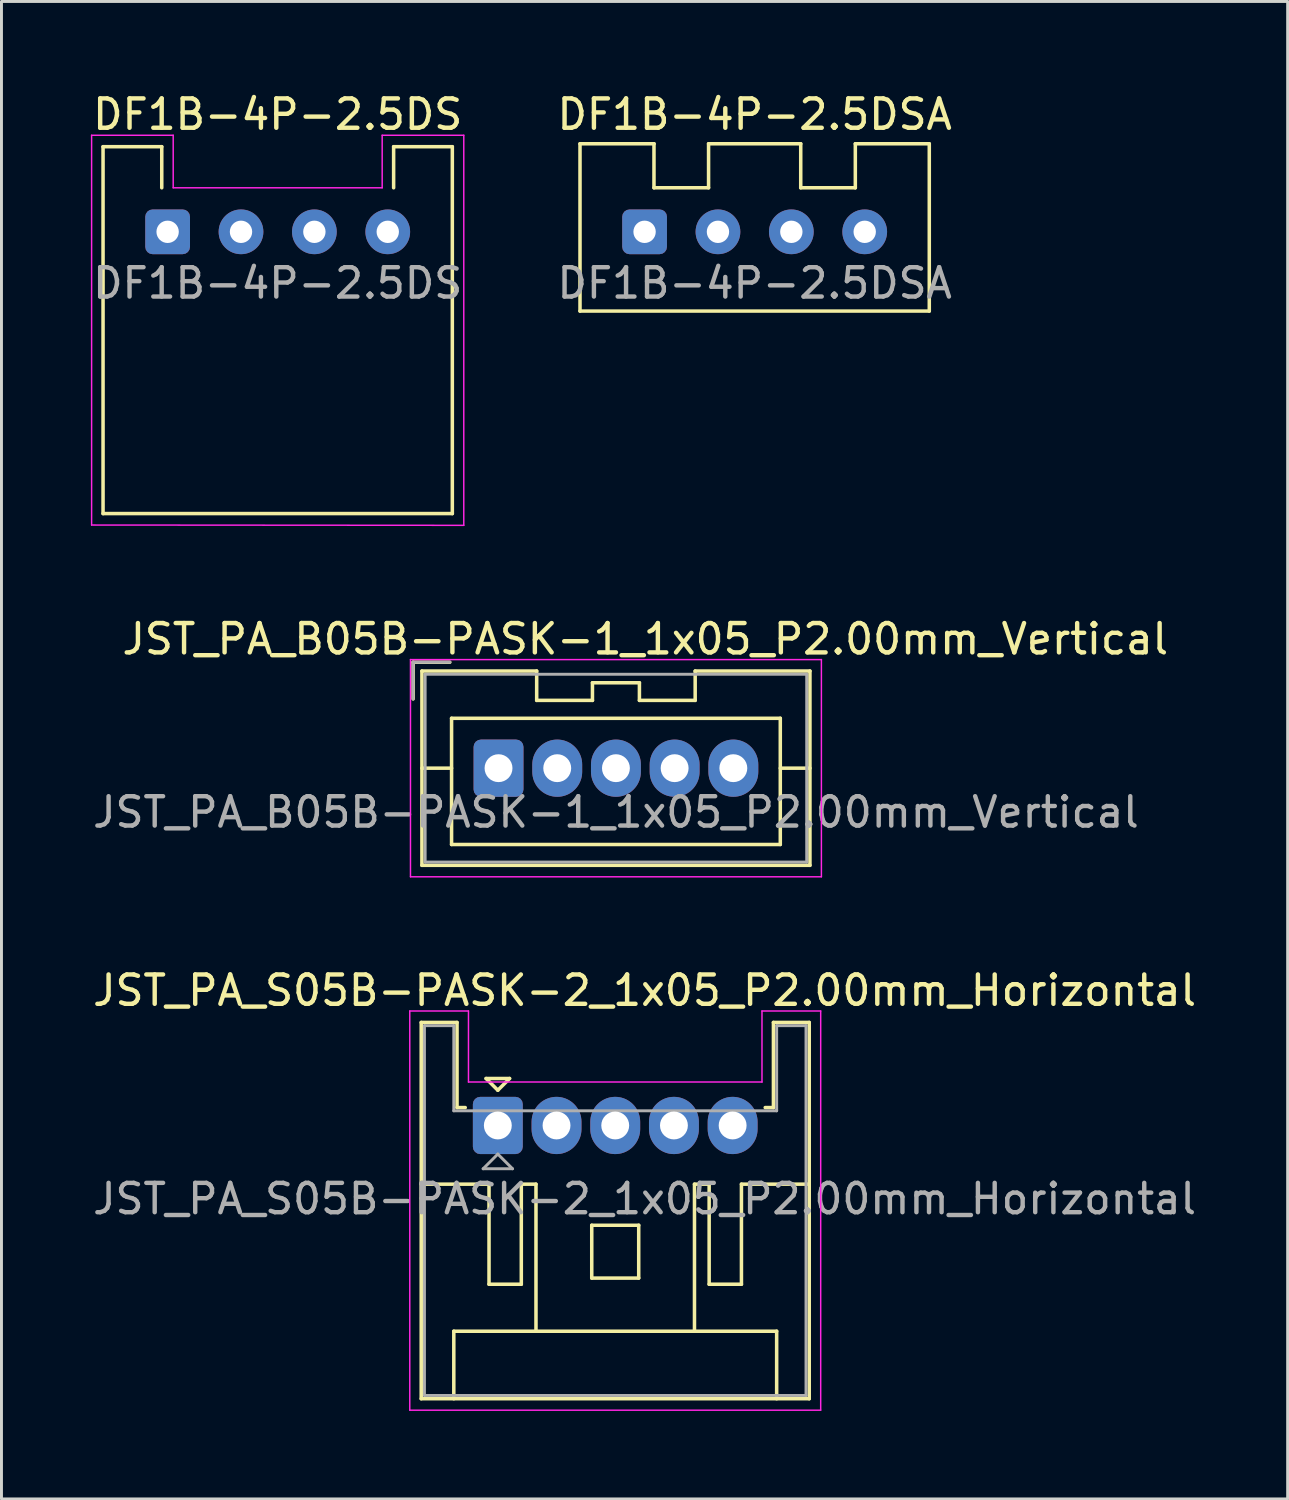
<source format=kicad_pcb>
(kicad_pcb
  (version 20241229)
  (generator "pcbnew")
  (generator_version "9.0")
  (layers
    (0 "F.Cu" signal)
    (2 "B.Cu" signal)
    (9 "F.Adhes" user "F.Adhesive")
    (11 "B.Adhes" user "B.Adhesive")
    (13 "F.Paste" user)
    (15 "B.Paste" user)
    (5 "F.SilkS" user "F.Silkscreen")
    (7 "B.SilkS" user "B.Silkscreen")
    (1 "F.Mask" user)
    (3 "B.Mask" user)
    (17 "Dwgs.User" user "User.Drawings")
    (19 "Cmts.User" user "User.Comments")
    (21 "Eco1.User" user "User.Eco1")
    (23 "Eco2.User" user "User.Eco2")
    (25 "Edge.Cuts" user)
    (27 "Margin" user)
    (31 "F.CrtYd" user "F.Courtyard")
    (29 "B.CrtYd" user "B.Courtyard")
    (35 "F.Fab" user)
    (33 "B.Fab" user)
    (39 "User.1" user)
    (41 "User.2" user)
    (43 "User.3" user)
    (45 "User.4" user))
  (footprint "DF1B-4P-2.5DSA"
    (layer "F.Cu")
    (at 22.661 4.848)
    (property "Reference" "DF1B-4P-2.5DSA" (at 0 -4 0) (unlocked yes) (layer "F.SilkS") (effects (font (size 1 1) (thickness 0.15))))
    (attr through_hole)
    (fp_line (start -5.95 -3) (end -5.95 2.7) (stroke (width 0.12) (type solid)) (layer "F.SilkS"))
    (fp_line (start -3.43 -3) (end -3.43 -1.5) (stroke (width 0.12) (type solid)) (layer "F.SilkS"))
    (fp_line (start -3.43 -1.5) (end -1.57 -1.5) (stroke (width 0.12) (type solid)) (layer "F.SilkS"))
    (fp_line (start -3.426 -3) (end -5.95 -3) (stroke (width 0.12) (type solid)) (layer "F.SilkS"))
    (fp_line (start -1.57 -3) (end 1.57 -3) (stroke (width 0.12) (type solid)) (layer "F.SilkS"))
    (fp_line (start -1.57 -1.5) (end -1.57 -3) (stroke (width 0.12) (type solid)) (layer "F.SilkS"))
    (fp_line (start 1.57 -1.5) (end 1.57 -3) (stroke (width 0.12) (type solid)) (layer "F.SilkS"))
    (fp_line (start 1.57 -1.5) (end 3.43 -1.5) (stroke (width 0.12) (type solid)) (layer "F.SilkS"))
    (fp_line (start 3.43 -3) (end 3.43 -1.5) (stroke (width 0.12) (type solid)) (layer "F.SilkS"))
    (fp_line (start 3.43 -3) (end 5.95 -3) (stroke (width 0.12) (type solid)) (layer "F.SilkS"))
    (fp_line (start 5.95 -3) (end 5.95 2.7) (stroke (width 0.12) (type solid)) (layer "F.SilkS"))
    (fp_line (start 5.95 2.7) (end -5.95 2.7) (stroke (width 0.12) (type solid)) (layer "F.SilkS"))
    (fp_text user "${REFERENCE}" (at 0 1.75 0) (unlocked yes) (layer "F.Fab") (effects (font (size 1 1) (thickness 0.15))))
    (pad "1" thru_hole roundrect (at -3.75 0) (size 1.524 1.524) (drill 0.762) (layers "*.Cu" "*.Mask") (roundrect_rratio 0.164))
    (pad "2" thru_hole circle (at -1.25 0) (size 1.524 1.524) (drill 0.762) (layers "*.Cu" "*.Mask"))
    (pad "3" thru_hole circle (at 1.25 0) (size 1.524 1.524) (drill 0.762) (layers "*.Cu" "*.Mask"))
    (pad "4" thru_hole circle (at 3.75 0) (size 1.524 1.524) (drill 0.762) (layers "*.Cu" "*.Mask")))
  (footprint "JST_PA_B05B-PASK-1_1x05_P2.00mm_Vertical"
    (layer "F.Cu")
    (at 13.935 23.122)
    (property "Reference" "JST_PA_B05B-PASK-1_1x05_P2.00mm_Vertical" (at 5 -4.4 0) (layer "F.SilkS") (effects (font (size 1 1) (thickness 0.15))))
    (attr through_hole)
    (fp_line (start -2.91 -3.61) (end -2.91 -2.36) (stroke (width 0.12) (type solid)) (layer "F.SilkS"))
    (fp_line (start -2.61 -3.31) (end -2.61 3.31) (stroke (width 0.12) (type solid)) (layer "F.SilkS"))
    (fp_line (start -2.61 0) (end -1.6 0) (stroke (width 0.12) (type solid)) (layer "F.SilkS"))
    (fp_line (start -2.61 3.31) (end 10.61 3.31) (stroke (width 0.12) (type solid)) (layer "F.SilkS"))
    (fp_line (start -1.66 -3.61) (end -2.91 -3.61) (stroke (width 0.12) (type solid)) (layer "F.SilkS"))
    (fp_line (start -1.6 -1.7) (end -1.6 2.6) (stroke (width 0.12) (type solid)) (layer "F.SilkS"))
    (fp_line (start -1.6 2.6) (end 9.6 2.6) (stroke (width 0.12) (type solid)) (layer "F.SilkS"))
    (fp_line (start 1.3 -3.31) (end -2.61 -3.31) (stroke (width 0.12) (type solid)) (layer "F.SilkS"))
    (fp_line (start 1.3 -2.31) (end 1.3 -3.31) (stroke (width 0.12) (type solid)) (layer "F.SilkS"))
    (fp_line (start 3.2 -2.91) (end 3.2 -2.31) (stroke (width 0.12) (type solid)) (layer "F.SilkS"))
    (fp_line (start 3.2 -2.31) (end 1.3 -2.31) (stroke (width 0.12) (type solid)) (layer "F.SilkS"))
    (fp_line (start 4.8 -2.91) (end 3.2 -2.91) (stroke (width 0.12) (type solid)) (layer "F.SilkS"))
    (fp_line (start 4.8 -2.31) (end 4.8 -2.91) (stroke (width 0.12) (type solid)) (layer "F.SilkS"))
    (fp_line (start 6.7 -3.31) (end 6.7 -2.31) (stroke (width 0.12) (type solid)) (layer "F.SilkS"))
    (fp_line (start 6.7 -2.31) (end 4.8 -2.31) (stroke (width 0.12) (type solid)) (layer "F.SilkS"))
    (fp_line (start 9.6 -1.7) (end -1.6 -1.7) (stroke (width 0.12) (type solid)) (layer "F.SilkS"))
    (fp_line (start 9.6 2.6) (end 9.6 -1.7) (stroke (width 0.12) (type solid)) (layer "F.SilkS"))
    (fp_line (start 10.61 -3.31) (end 6.7 -3.31) (stroke (width 0.12) (type solid)) (layer "F.SilkS"))
    (fp_line (start 10.61 0) (end 9.6 0) (stroke (width 0.12) (type solid)) (layer "F.SilkS"))
    (fp_line (start 10.61 3.31) (end 10.61 -3.31) (stroke (width 0.12) (type solid)) (layer "F.SilkS"))
    (fp_line (start -3 -3.7) (end -3 3.7) (stroke (width 0.05) (type solid)) (layer "F.CrtYd"))
    (fp_line (start -3 3.7) (end 11 3.7) (stroke (width 0.05) (type solid)) (layer "F.CrtYd"))
    (fp_line (start 11 -3.7) (end -3 -3.7) (stroke (width 0.05) (type solid)) (layer "F.CrtYd"))
    (fp_line (start 11 3.7) (end 11 -3.7) (stroke (width 0.05) (type solid)) (layer "F.CrtYd"))
    (fp_line (start -2.91 -3.61) (end -2.91 -2.36) (stroke (width 0.1) (type solid)) (layer "F.Fab"))
    (fp_line (start -2.5 -3.2) (end -2.5 3.2) (stroke (width 0.1) (type solid)) (layer "F.Fab"))
    (fp_line (start -2.5 3.2) (end 10.5 3.2) (stroke (width 0.1) (type solid)) (layer "F.Fab"))
    (fp_line (start -1.66 -3.61) (end -2.91 -3.61) (stroke (width 0.1) (type solid)) (layer "F.Fab"))
    (fp_line (start 10.5 -3.2) (end -2.5 -3.2) (stroke (width 0.1) (type solid)) (layer "F.Fab"))
    (fp_line (start 10.5 3.2) (end 10.5 -3.2) (stroke (width 0.1) (type solid)) (layer "F.Fab"))
    (fp_text user "${REFERENCE}" (at 4 1.5 0) (layer "F.Fab") (effects (font (size 1 1) (thickness 0.15))))
    (pad "1" thru_hole roundrect (at 0 0) (size 1.7 1.95) (drill 0.95) (layers "*.Cu" "*.Mask") (roundrect_rratio 0.147))
    (pad "2" thru_hole oval (at 2 0) (size 1.7 1.95) (drill 0.95) (layers "*.Cu" "*.Mask"))
    (pad "3" thru_hole oval (at 4 0) (size 1.7 1.95) (drill 0.95) (layers "*.Cu" "*.Mask"))
    (pad "4" thru_hole oval (at 6 0) (size 1.7 1.95) (drill 0.95) (layers "*.Cu" "*.Mask"))
    (pad "5" thru_hole oval (at 8 0) (size 1.7 1.95) (drill 0.95) (layers "*.Cu" "*.Mask")))
  (footprint "JST_PA_S05B-PASK-2_1x05_P2.00mm_Horizontal"
    (layer "F.Cu")
    (at 13.911 35.295)
    (property "Reference" "JST_PA_S05B-PASK-2_1x05_P2.00mm_Horizontal" (at 5 -4.6 0) (layer "F.SilkS") (effects (font (size 1 1) (thickness 0.15))))
    (attr through_hole)
    (fp_line (start -2.61 -3.51) (end -2.61 9.31) (stroke (width 0.12) (type solid)) (layer "F.SilkS"))
    (fp_line (start -2.61 9.31) (end 10.61 9.31) (stroke (width 0.12) (type solid)) (layer "F.SilkS"))
    (fp_line (start -1.5 7.01) (end 9.5 7.01) (stroke (width 0.12) (type solid)) (layer "F.SilkS"))
    (fp_line (start -1.5 9.31) (end -1.5 7.01) (stroke (width 0.12) (type solid)) (layer "F.SilkS"))
    (fp_line (start -1.39 -3.51) (end -2.61 -3.51) (stroke (width 0.12) (type solid)) (layer "F.SilkS"))
    (fp_line (start -1.39 -0.61) (end -1.39 -3.51) (stroke (width 0.12) (type solid)) (layer "F.SilkS"))
    (fp_line (start -1.11 -0.61) (end -1.39 -0.61) (stroke (width 0.12) (type solid)) (layer "F.SilkS"))
    (fp_line (start -0.4 -1.6) (end 0.4 -1.6) (stroke (width 0.12) (type solid)) (layer "F.SilkS"))
    (fp_line (start -0.3 2) (end -2.61 2) (stroke (width 0.12) (type solid)) (layer "F.SilkS"))
    (fp_line (start -0.3 5.41) (end -0.3 2) (stroke (width 0.12) (type solid)) (layer "F.SilkS"))
    (fp_line (start 0 -1.2) (end -0.4 -1.6) (stroke (width 0.12) (type solid)) (layer "F.SilkS"))
    (fp_line (start 0.4 -1.6) (end 0 -1.2) (stroke (width 0.12) (type solid)) (layer "F.SilkS"))
    (fp_line (start 0.8 2) (end 0.8 5.41) (stroke (width 0.12) (type solid)) (layer "F.SilkS"))
    (fp_line (start 0.8 5.41) (end -0.3 5.41) (stroke (width 0.12) (type solid)) (layer "F.SilkS"))
    (fp_line (start 1.3 2) (end 0.8 2) (stroke (width 0.12) (type solid)) (layer "F.SilkS"))
    (fp_line (start 1.3 7.01) (end 1.3 2) (stroke (width 0.12) (type solid)) (layer "F.SilkS"))
    (fp_line (start 3.2 3.4) (end 4.8 3.4) (stroke (width 0.12) (type solid)) (layer "F.SilkS"))
    (fp_line (start 3.2 5.2) (end 3.2 3.4) (stroke (width 0.12) (type solid)) (layer "F.SilkS"))
    (fp_line (start 4.8 3.4) (end 4.8 5.2) (stroke (width 0.12) (type solid)) (layer "F.SilkS"))
    (fp_line (start 4.8 5.2) (end 3.2 5.2) (stroke (width 0.12) (type solid)) (layer "F.SilkS"))
    (fp_line (start 6.7 2) (end 7.2 2) (stroke (width 0.12) (type solid)) (layer "F.SilkS"))
    (fp_line (start 6.7 7.01) (end 6.7 2) (stroke (width 0.12) (type solid)) (layer "F.SilkS"))
    (fp_line (start 7.2 2) (end 7.2 5.41) (stroke (width 0.12) (type solid)) (layer "F.SilkS"))
    (fp_line (start 7.2 5.41) (end 8.3 5.41) (stroke (width 0.12) (type solid)) (layer "F.SilkS"))
    (fp_line (start 8.3 2) (end 10.61 2) (stroke (width 0.12) (type solid)) (layer "F.SilkS"))
    (fp_line (start 8.3 5.41) (end 8.3 2) (stroke (width 0.12) (type solid)) (layer "F.SilkS"))
    (fp_line (start 9.39 -3.51) (end 9.39 -0.61) (stroke (width 0.12) (type solid)) (layer "F.SilkS"))
    (fp_line (start 9.39 -0.61) (end 9.11 -0.61) (stroke (width 0.12) (type solid)) (layer "F.SilkS"))
    (fp_line (start 9.5 7.01) (end 9.5 9.31) (stroke (width 0.12) (type solid)) (layer "F.SilkS"))
    (fp_line (start 10.61 -3.51) (end 9.39 -3.51) (stroke (width 0.12) (type solid)) (layer "F.SilkS"))
    (fp_line (start 10.61 9.31) (end 10.61 -3.51) (stroke (width 0.12) (type solid)) (layer "F.SilkS"))
    (fp_line (start -3 -3.9) (end -3 9.7) (stroke (width 0.05) (type solid)) (layer "F.CrtYd"))
    (fp_line (start -3 9.7) (end 11 9.7) (stroke (width 0.05) (type solid)) (layer "F.CrtYd"))
    (fp_line (start -1 -3.9) (end -3 -3.9) (stroke (width 0.05) (type solid)) (layer "F.CrtYd"))
    (fp_line (start -1 -1.48) (end -1 -3.9) (stroke (width 0.05) (type solid)) (layer "F.CrtYd"))
    (fp_line (start 9 -3.9) (end 9 -1.48) (stroke (width 0.05) (type solid)) (layer "F.CrtYd"))
    (fp_line (start 9 -1.48) (end -1 -1.48) (stroke (width 0.05) (type solid)) (layer "F.CrtYd"))
    (fp_line (start 11 -3.9) (end 9 -3.9) (stroke (width 0.05) (type solid)) (layer "F.CrtYd"))
    (fp_line (start 11 9.7) (end 11 -3.9) (stroke (width 0.05) (type solid)) (layer "F.CrtYd"))
    (fp_line (start -2.5 -3.4) (end -2.5 9.2) (stroke (width 0.1) (type solid)) (layer "F.Fab"))
    (fp_line (start -2.5 9.2) (end 10.5 9.2) (stroke (width 0.1) (type solid)) (layer "F.Fab"))
    (fp_line (start -1.5 -3.4) (end -2.5 -3.4) (stroke (width 0.1) (type solid)) (layer "F.Fab"))
    (fp_line (start -1.5 -0.5) (end -1.5 -3.4) (stroke (width 0.1) (type solid)) (layer "F.Fab"))
    (fp_line (start -0.5 1.475) (end 0.5 1.475) (stroke (width 0.1) (type solid)) (layer "F.Fab"))
    (fp_line (start 0 0.975) (end -0.5 1.475) (stroke (width 0.1) (type solid)) (layer "F.Fab"))
    (fp_line (start 0.5 1.475) (end 0 0.975) (stroke (width 0.1) (type solid)) (layer "F.Fab"))
    (fp_line (start 9.5 -3.4) (end 9.5 -0.5) (stroke (width 0.1) (type solid)) (layer "F.Fab"))
    (fp_line (start 9.5 -0.5) (end -1.5 -0.5) (stroke (width 0.1) (type solid)) (layer "F.Fab"))
    (fp_line (start 10.5 -3.4) (end 9.5 -3.4) (stroke (width 0.1) (type solid)) (layer "F.Fab"))
    (fp_line (start 10.5 9.2) (end 10.5 -3.4) (stroke (width 0.1) (type solid)) (layer "F.Fab"))
    (fp_text user "${REFERENCE}" (at 5 2.5 0) (layer "F.Fab") (effects (font (size 1 1) (thickness 0.15))))
    (pad "1" thru_hole roundrect (at 0 0) (size 1.7 1.95) (drill 0.95) (layers "*.Cu" "*.Mask") (roundrect_rratio 0.147))
    (pad "2" thru_hole oval (at 2 0) (size 1.7 1.95) (drill 0.95) (layers "*.Cu" "*.Mask"))
    (pad "3" thru_hole oval (at 4 0) (size 1.7 1.95) (drill 0.95) (layers "*.Cu" "*.Mask"))
    (pad "4" thru_hole oval (at 6 0) (size 1.7 1.95) (drill 0.95) (layers "*.Cu" "*.Mask"))
    (pad "5" thru_hole oval (at 8 0) (size 1.7 1.95) (drill 0.95) (layers "*.Cu" "*.Mask")))
  (footprint "DF1B-4P-2.5DS"
    (layer "F.Cu")
    (at 6.411 4.848)
    (property "Reference" "DF1B-4P-2.5DS" (at 0 -4 0) (unlocked yes) (layer "F.SilkS") (effects (font (size 1 1) (thickness 0.15))))
    (attr through_hole)
    (fp_line (start -5.95 -2.9) (end -5.95 9.6) (stroke (width 0.12) (type solid)) (layer "F.SilkS"))
    (fp_line (start -3.95 -2.9) (end -5.95 -2.9) (stroke (width 0.12) (type solid)) (layer "F.SilkS"))
    (fp_line (start -3.95 -2.9) (end -3.95 -1.5) (stroke (width 0.12) (type solid)) (layer "F.SilkS"))
    (fp_line (start 3.95 -2.9) (end 3.95 -1.5) (stroke (width 0.12) (type solid)) (layer "F.SilkS"))
    (fp_line (start 3.95 -2.9) (end 5.95 -2.9) (stroke (width 0.12) (type solid)) (layer "F.SilkS"))
    (fp_line (start 5.95 -2.9) (end 5.95 9.6) (stroke (width 0.12) (type solid)) (layer "F.SilkS"))
    (fp_line (start 5.95 9.6) (end -5.95 9.6) (stroke (width 0.12) (type solid)) (layer "F.SilkS"))
    (fp_line (start -6.34 -3.29) (end -6.34 9.99) (stroke (width 0.05) (type solid)) (layer "F.CrtYd"))
    (fp_line (start -6.34 9.99) (end 6.34 10) (stroke (width 0.05) (type default)) (layer "F.CrtYd"))
    (fp_line (start -3.56 -3.29) (end -6.34 -3.29) (stroke (width 0.05) (type solid)) (layer "F.CrtYd"))
    (fp_line (start -3.56 -1.5) (end -3.56 -3.29) (stroke (width 0.05) (type solid)) (layer "F.CrtYd"))
    (fp_line (start -3.56 -1.5) (end 3.56 -1.5) (stroke (width 0.05) (type solid)) (layer "F.CrtYd"))
    (fp_line (start 3.56 -3.29) (end 6.34 -3.29) (stroke (width 0.05) (type solid)) (layer "F.CrtYd"))
    (fp_line (start 3.56 -1.5) (end 3.56 -3.29) (stroke (width 0.05) (type solid)) (layer "F.CrtYd"))
    (fp_line (start 6.34 -3.29) (end 6.34 10) (stroke (width 0.05) (type solid)) (layer "F.CrtYd"))
    (fp_text user "${REFERENCE}" (at 0 1.75 0) (unlocked yes) (layer "F.Fab") (effects (font (size 1 1) (thickness 0.15))))
    (pad "1" thru_hole roundrect (at -3.75 0) (size 1.524 1.524) (drill 0.762) (layers "*.Cu" "*.Mask") (roundrect_rratio 0.164))
    (pad "2" thru_hole circle (at -1.25 0) (size 1.524 1.524) (drill 0.762) (layers "*.Cu" "*.Mask"))
    (pad "3" thru_hole circle (at 1.25 0) (size 1.524 1.524) (drill 0.762) (layers "*.Cu" "*.Mask"))
    (pad "4" thru_hole circle (at 3.75 0) (size 1.524 1.524) (drill 0.762) (layers "*.Cu" "*.Mask")))
  (gr_rect
    (start -3 -3)
    (end 40.821 48.02)
    (stroke (width 0.1) (type default))
    (fill no)
    (layer "Edge.Cuts")))
</source>
